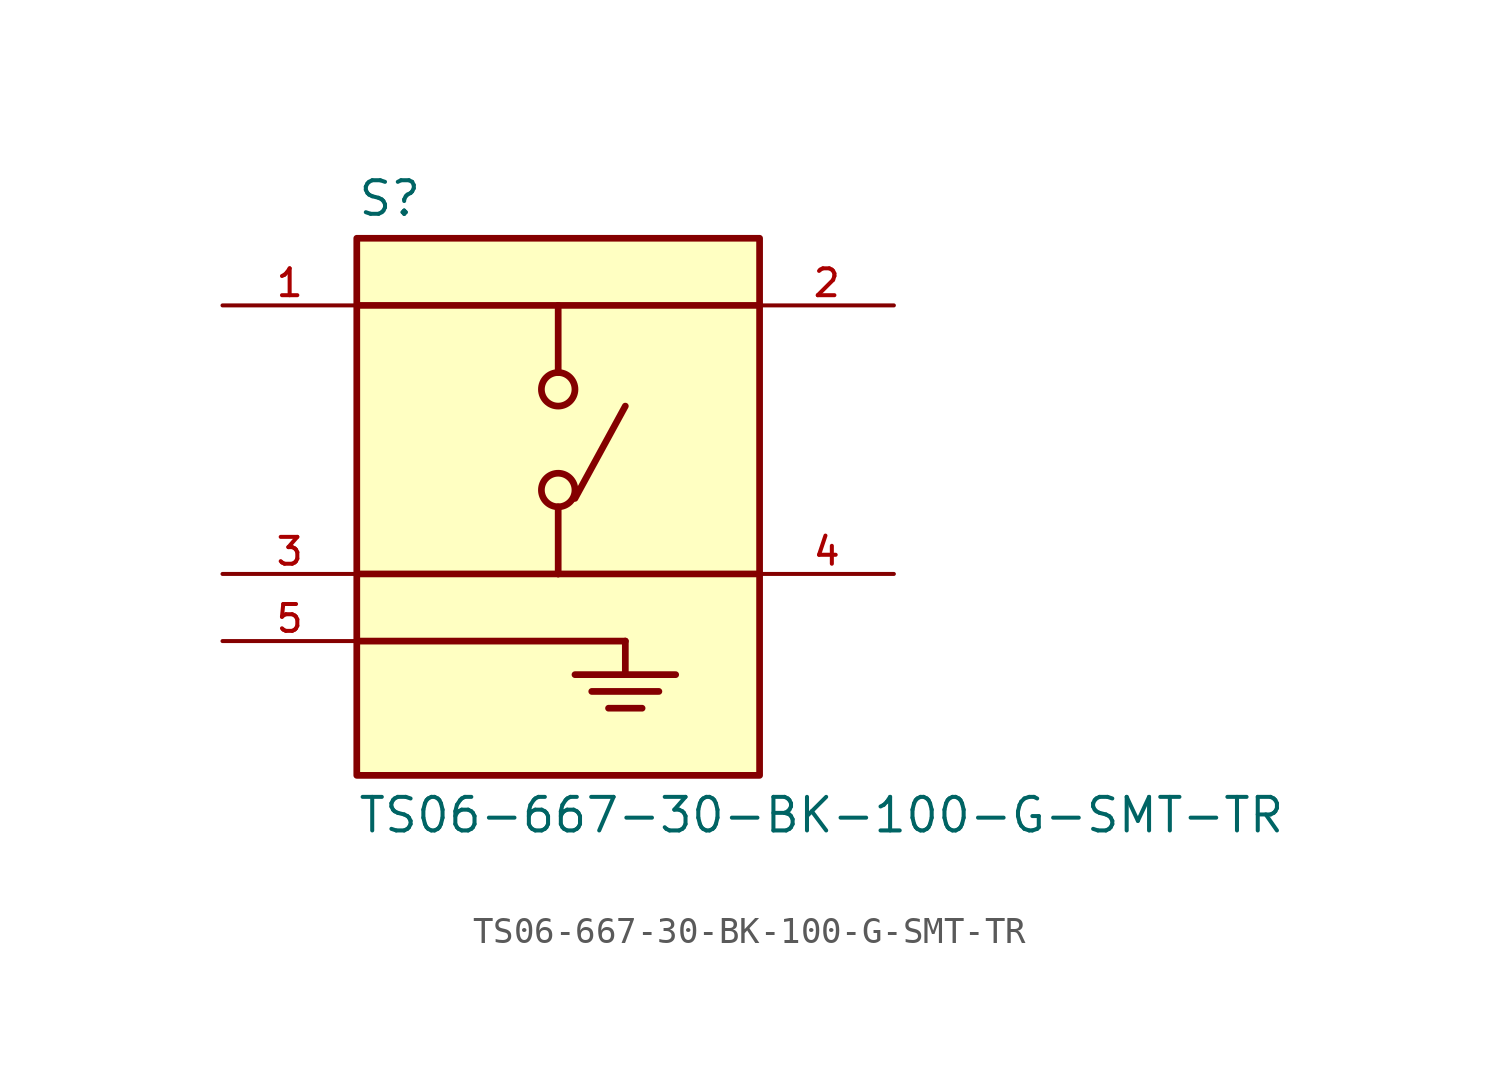
<source format=kicad_sym>
(kicad_symbol_lib
  (version 20231120)
  (generator "kicad_symbol_editor")
  (generator_version "8.0")
  (symbol "TS06-667-30-BK-100-G-SMT-TR"
    (pin_names
      (offset 1.016))
    (property "Reference" "S"
      (at -7.62 10.922 0)
      (effects (font (size 1.27 1.27)) (justify left bottom)))
    (property "Value" "TS06-667-30-BK-100-G-SMT-TR"
      (at -7.62 -10.922 0)
      (effects (font (size 1.27 1.27)) (justify left top)))
    (symbol "TS06-667-30-BK-100-G-SMT-TR_0_0"
      (rectangle (start -7.62 10.16) (end 7.62 -10.16) (stroke (width 0.254) (type default)) (fill (type background)))
      (polyline (pts (xy -7.62 -5.08) (xy 2.54 -5.08)) (stroke (width 0.254) (type default)) (fill (type none)))
      (polyline (pts (xy 0 -2.54) (xy -7.62 -2.54)) (stroke (width 0.254) (type default)) (fill (type none)))
      (polyline (pts (xy 0 -2.54) (xy 7.62 -2.54)) (stroke (width 0.254) (type default)) (fill (type none)))
      (polyline (pts (xy 0 0) (xy 0 -2.54)) (stroke (width 0.254) (type default)) (fill (type none)))
      (polyline (pts (xy 0 7.62) (xy -7.62 7.62)) (stroke (width 0.254) (type default)) (fill (type none)))
      (polyline (pts (xy 0 7.62) (xy 0 5.08)) (stroke (width 0.254) (type default)) (fill (type none)))
      (polyline (pts (xy 0 7.62) (xy 7.62 7.62)) (stroke (width 0.254) (type default)) (fill (type none)))
      (polyline (pts (xy 0.635 -6.35) (xy 2.54 -6.35)) (stroke (width 0.254) (type default)) (fill (type none)))
      (polyline (pts (xy 0.635 0.318) (xy 2.54 3.81)) (stroke (width 0.254) (type default)) (fill (type none)))
      (polyline (pts (xy 1.27 -6.985) (xy 3.81 -6.985)) (stroke (width 0.254) (type default)) (fill (type none)))
      (polyline (pts (xy 1.905 -7.62) (xy 3.175 -7.62)) (stroke (width 0.254) (type default)) (fill (type none)))
      (polyline (pts (xy 2.54 -6.35) (xy 4.445 -6.35)) (stroke (width 0.254) (type default)) (fill (type none)))
      (polyline (pts (xy 2.54 -5.08) (xy 2.54 -6.35)) (stroke (width 0.254) (type default)) (fill (type none)))
      (circle (center 0 0.635) (radius 0.635) (stroke (width 0.254) (type default)) (fill (type none)))
      (circle (center 0 4.445) (radius 0.635) (stroke (width 0.254) (type default)) (fill (type none)))
      (pin passive line (at -12.7 7.62 0) (length 5.08) (name "~" (effects (font (size 1.016 1.016)))) (number "1" (effects (font (size 1.016 1.016)))))
      (pin passive line (at 12.7 7.62 180) (length 5.08) (name "~" (effects (font (size 1.016 1.016)))) (number "2" (effects (font (size 1.016 1.016)))))
      (pin passive line (at -12.7 -2.54 0) (length 5.08) (name "~" (effects (font (size 1.016 1.016)))) (number "3" (effects (font (size 1.016 1.016)))))
      (pin passive line (at 12.7 -2.54 180) (length 5.08) (name "~" (effects (font (size 1.016 1.016)))) (number "4" (effects (font (size 1.016 1.016)))))
      (pin passive line (at -12.7 -5.08 0) (length 5.08) (name "~" (effects (font (size 1.016 1.016)))) (number "5" (effects (font (size 1.016 1.016))))))))
</source>
